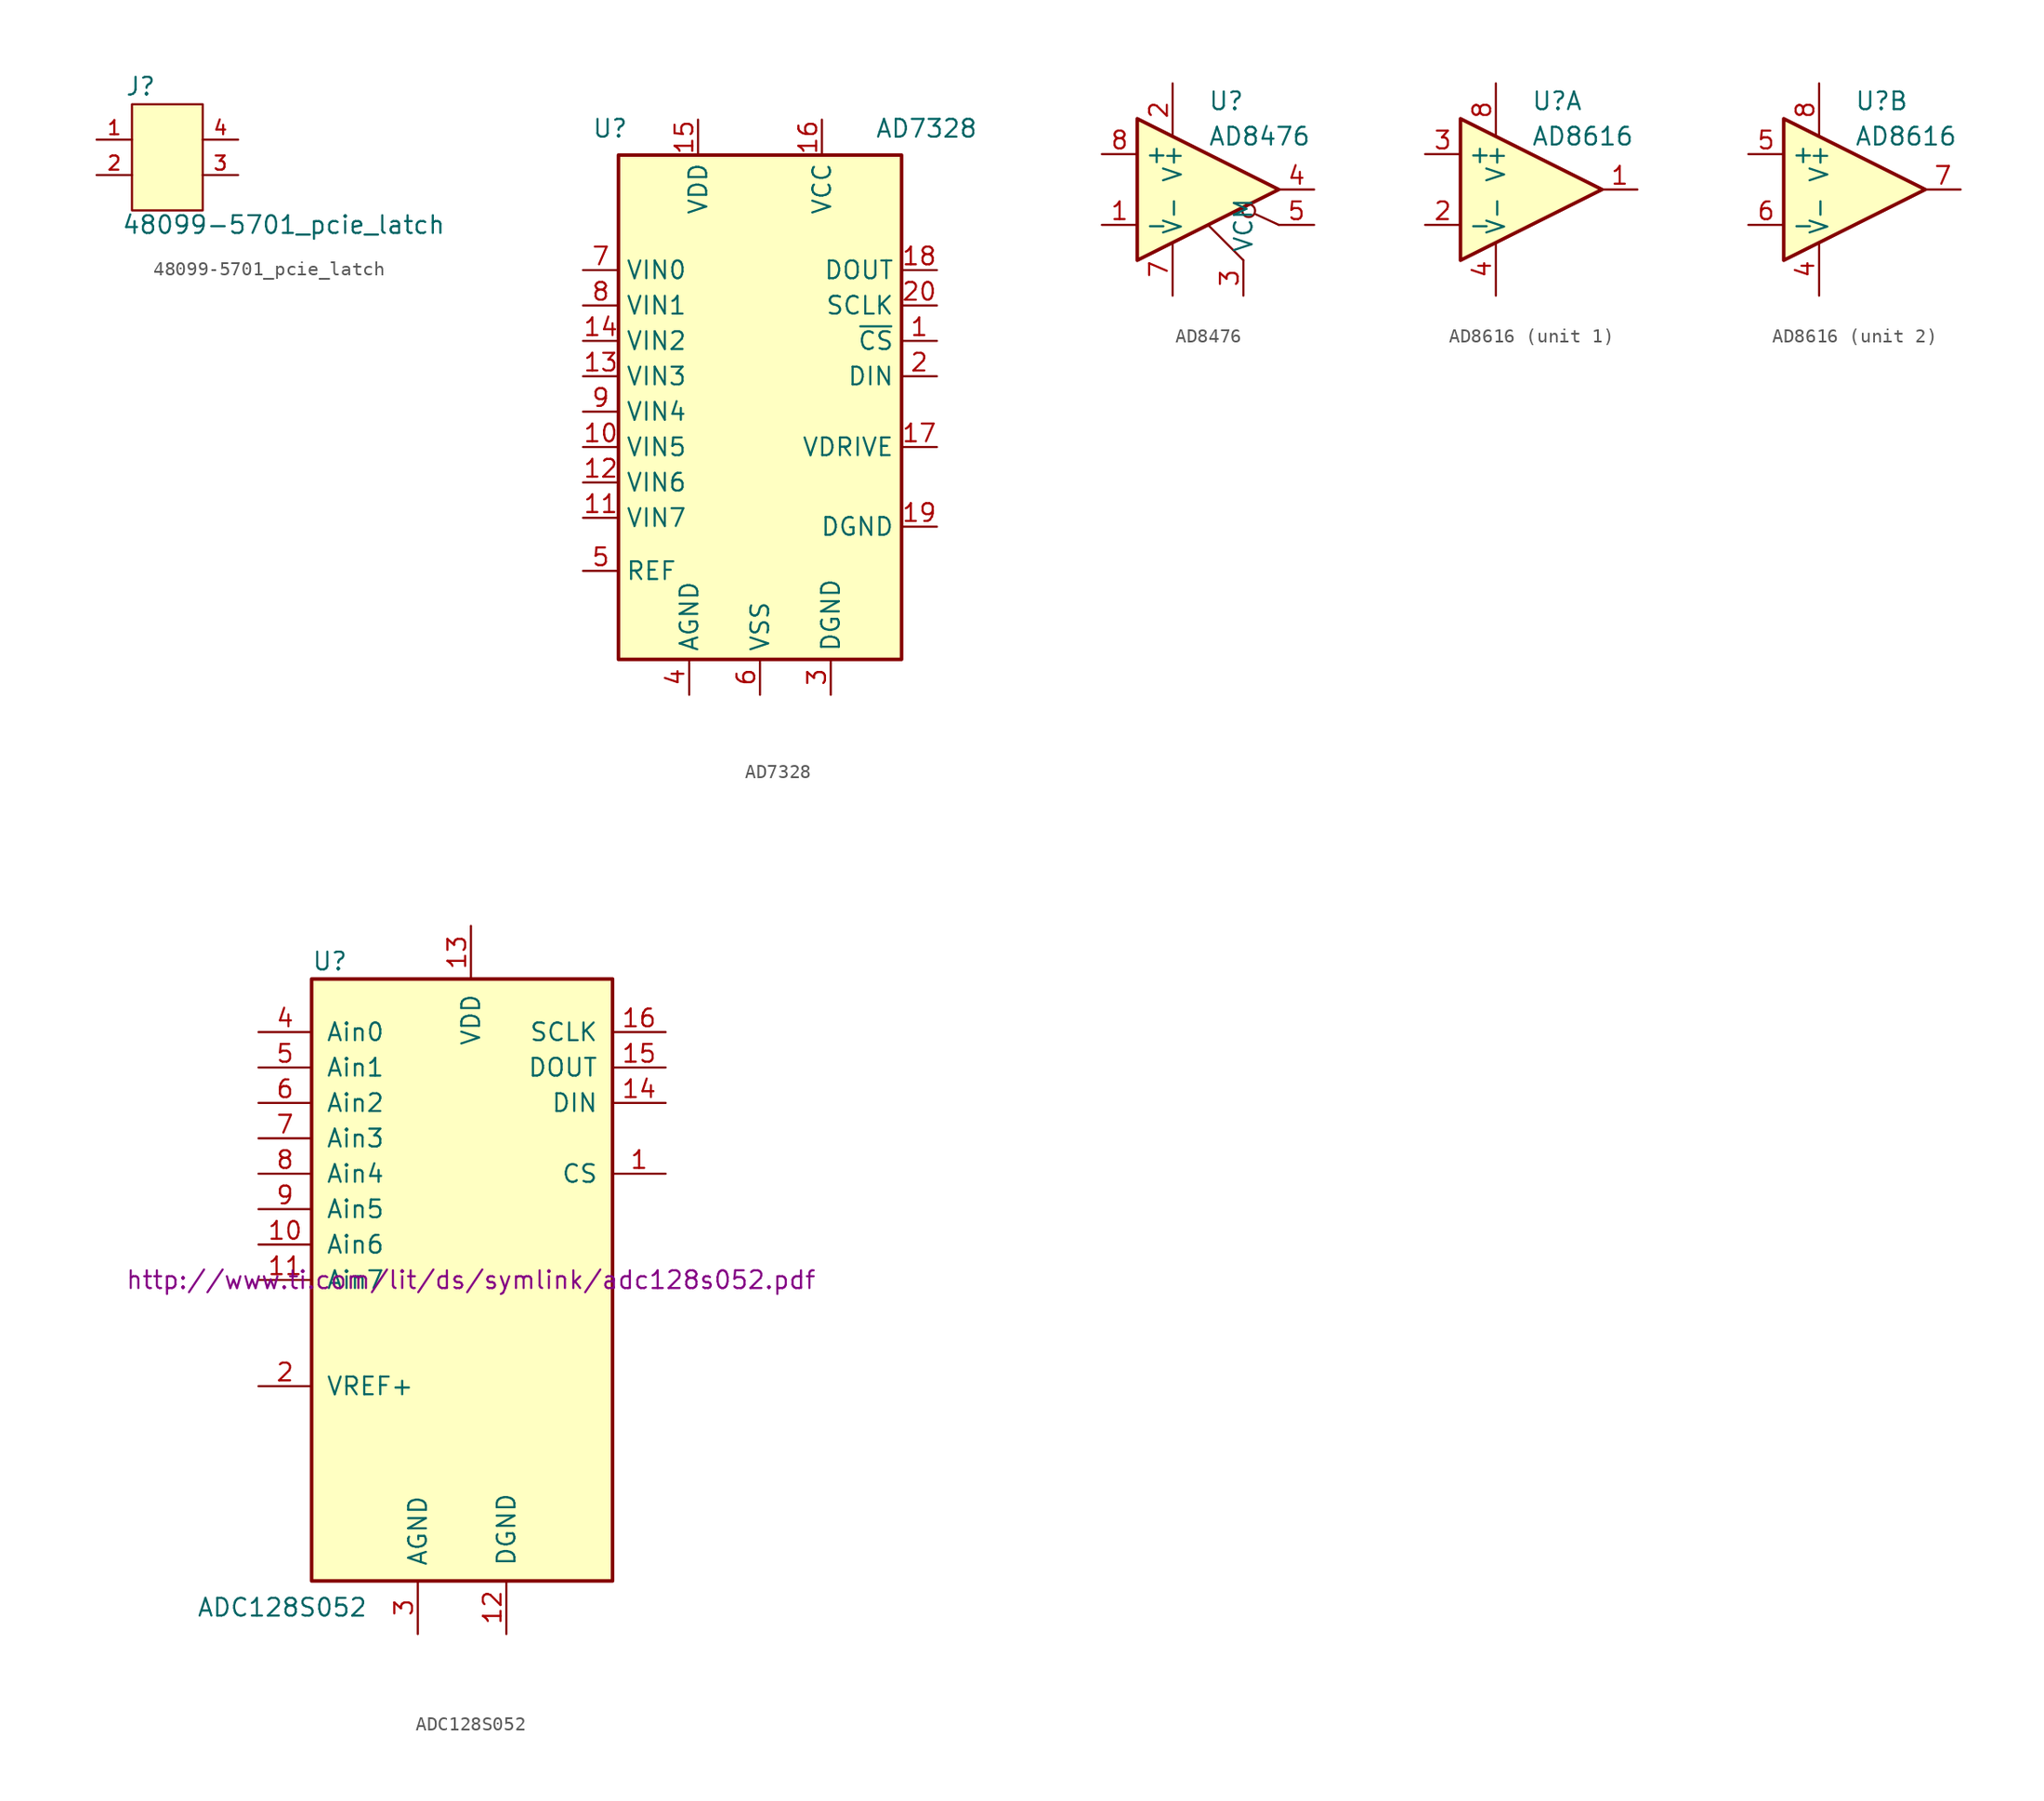
<source format=kicad_sym>
(kicad_symbol_lib
  (version 20211014)
  (generator kicad_symbol_editor)
  (symbol "48099-5701_pcie_latch"
    (pin_names
      (offset 1.016) hide)
    (property "Reference" "J"
      (at -3.048 4.343 0)
      (effects (font (size 1.27 1.27)) (justify left bottom)))
    (property "Value" "48099-5701_pcie_latch"
      (at -3.302 -5.588 0)
      (effects (font (size 1.27 1.27)) (justify left bottom)))
    (property "ki_locked" ""
      (at 0 0 0)
      (effects (font (size 1.27 1.27))))
    (symbol "48099-5701_pcie_latch_0_0"
      (rectangle (start -2.54 -3.81) (end 2.54 3.81) (stroke (width 0.152) (type default) (color 0 0 0 0)) (fill (type background)))
      (pin passive line (at -5.08 1.27 0) (length 2.54) (name "~" (effects (font (size 1.016 1.016)))) (number "1" (effects (font (size 1.016 1.016)))))
      (pin passive line (at -5.08 -1.27 0) (length 2.54) (name "~" (effects (font (size 1.016 1.016)))) (number "2" (effects (font (size 1.016 1.016)))))
      (pin passive line (at 5.08 -1.27 180) (length 2.54) (name "~" (effects (font (size 1.016 1.016)))) (number "3" (effects (font (size 1.016 1.016)))))
      (pin passive line (at 5.08 1.27 180) (length 2.54) (name "~" (effects (font (size 1.016 1.016)))) (number "4" (effects (font (size 1.016 1.016)))))))
  (symbol "AD7328"
    (property "Reference" "U"
      (at -12.065 22.86 0)
      (effects (font (size 1.27 1.27)) (justify left)))
    (property "Value" "AD7328"
      (at 8.255 22.86 0)
      (effects (font (size 1.27 1.27)) (justify left)))
    (symbol "AD7328_0_1"
      (rectangle (start -10.16 20.955) (end 10.16 -15.24) (stroke (width 0.254) (type default) (color 0 0 0 0)) (fill (type background))))
    (symbol "AD7328_1_1"
      (pin input line (at 12.7 7.62 180) (length 2.54) (name "~{CS}" (effects (font (size 1.27 1.27)))) (number "1" (effects (font (size 1.27 1.27)))))
      (pin input line (at -12.7 0 0) (length 2.54) (name "VIN5" (effects (font (size 1.27 1.27)))) (number "10" (effects (font (size 1.27 1.27)))))
      (pin input line (at -12.7 -5.08 0) (length 2.54) (name "VIN7" (effects (font (size 1.27 1.27)))) (number "11" (effects (font (size 1.27 1.27)))))
      (pin input line (at -12.7 -2.54 0) (length 2.54) (name "VIN6" (effects (font (size 1.27 1.27)))) (number "12" (effects (font (size 1.27 1.27)))))
      (pin input line (at -12.7 5.08 0) (length 2.54) (name "VIN3" (effects (font (size 1.27 1.27)))) (number "13" (effects (font (size 1.27 1.27)))))
      (pin input line (at -12.7 7.62 0) (length 2.54) (name "VIN2" (effects (font (size 1.27 1.27)))) (number "14" (effects (font (size 1.27 1.27)))))
      (pin power_in line (at -4.445 23.495 270) (length 2.54) (name "VDD" (effects (font (size 1.27 1.27)))) (number "15" (effects (font (size 1.27 1.27)))))
      (pin power_in line (at 4.445 23.495 270) (length 2.54) (name "VCC" (effects (font (size 1.27 1.27)))) (number "16" (effects (font (size 1.27 1.27)))))
      (pin power_in line (at 12.7 0 180) (length 2.54) (name "VDRIVE" (effects (font (size 1.27 1.27)))) (number "17" (effects (font (size 1.27 1.27)))))
      (pin output line (at 12.7 12.7 180) (length 2.54) (name "DOUT" (effects (font (size 1.27 1.27)))) (number "18" (effects (font (size 1.27 1.27)))))
      (pin power_in line (at 12.7 -5.715 180) (length 2.54) (name "DGND" (effects (font (size 1.27 1.27)))) (number "19" (effects (font (size 1.27 1.27)))))
      (pin input line (at 12.7 5.08 180) (length 2.54) (name "DIN" (effects (font (size 1.27 1.27)))) (number "2" (effects (font (size 1.27 1.27)))))
      (pin input line (at 12.7 10.16 180) (length 2.54) (name "SCLK" (effects (font (size 1.27 1.27)))) (number "20" (effects (font (size 1.27 1.27)))))
      (pin power_in line (at 5.08 -17.78 90) (length 2.54) (name "DGND" (effects (font (size 1.27 1.27)))) (number "3" (effects (font (size 1.27 1.27)))))
      (pin power_in line (at -5.08 -17.78 90) (length 2.54) (name "AGND" (effects (font (size 1.27 1.27)))) (number "4" (effects (font (size 1.27 1.27)))))
      (pin power_in line (at -12.7 -8.89 0) (length 2.54) (name "REF" (effects (font (size 1.27 1.27)))) (number "5" (effects (font (size 1.27 1.27)))))
      (pin power_in line (at 0 -17.78 90) (length 2.54) (name "VSS" (effects (font (size 1.27 1.27)))) (number "6" (effects (font (size 1.27 1.27)))))
      (pin input line (at -12.7 12.7 0) (length 2.54) (name "VIN0" (effects (font (size 1.27 1.27)))) (number "7" (effects (font (size 1.27 1.27)))))
      (pin input line (at -12.7 10.16 0) (length 2.54) (name "VIN1" (effects (font (size 1.27 1.27)))) (number "8" (effects (font (size 1.27 1.27)))))
      (pin input line (at -12.7 2.54 0) (length 2.54) (name "VIN4" (effects (font (size 1.27 1.27)))) (number "9" (effects (font (size 1.27 1.27)))))))
  (symbol "AD8476"
    (property "Reference" "U"
      (at 0 6.35 0)
      (effects (font (size 1.27 1.27)) (justify left)))
    (property "Value" "AD8476"
      (at 0 3.81 0)
      (effects (font (size 1.27 1.27)) (justify left)))
    (symbol "AD8476_0_1"
      (polyline (pts (xy 2.54 -5.08) (xy 0 -2.54)) (stroke (width 0) (type default) (color 0 0 0 0)) (fill (type none)))
      (polyline (pts (xy 5.08 -2.54) (xy 3.429 -1.778)) (stroke (width 0) (type default) (color 0 0 0 0)) (fill (type none)))
      (polyline (pts (xy 5.08 0) (xy -5.08 5.08) (xy -5.08 -5.08) (xy 5.08 0)) (stroke (width 0.254) (type default) (color 0 0 0 0)) (fill (type background)))
      (circle (center 2.921 -1.524) (radius 0.457) (stroke (width 0) (type default) (color 0 0 0 0)) (fill (type none))))
    (symbol "AD8476_1_1"
      (pin input line (at -7.62 -2.54 0) (length 2.54) (name "-" (effects (font (size 1.27 1.27)))) (number "1" (effects (font (size 1.27 1.27)))))
      (pin power_in line (at -2.54 7.62 270) (length 3.81) (name "V+" (effects (font (size 1.27 1.27)))) (number "2" (effects (font (size 1.27 1.27)))))
      (pin passive line (at 2.54 -7.62 90) (length 2.54) (name "VCM" (effects (font (size 1.27 1.27)))) (number "3" (effects (font (size 1.27 1.27)))))
      (pin output line (at 7.62 0 180) (length 2.54) (name "~" (effects (font (size 1.27 1.27)))) (number "4" (effects (font (size 1.27 1.27)))))
      (pin passive line (at 7.62 -2.54 180) (length 2.54) (name "~" (effects (font (size 1.27 1.27)))) (number "5" (effects (font (size 1.27 1.27)))))
      (pin power_in line (at -2.54 -7.62 90) (length 3.81) (name "V-" (effects (font (size 1.27 1.27)))) (number "7" (effects (font (size 1.27 1.27)))))
      (pin input line (at -7.62 2.54 0) (length 2.54) (name "+" (effects (font (size 1.27 1.27)))) (number "8" (effects (font (size 1.27 1.27)))))))
  (symbol "AD8616"
    (property "Reference" "U"
      (at 0 6.35 0)
      (effects (font (size 1.27 1.27)) (justify left)))
    (property "Value" "AD8616"
      (at 0 3.81 0)
      (effects (font (size 1.27 1.27)) (justify left)))
    (property "ki_locked" ""
      (at 0 0 0)
      (effects (font (size 1.27 1.27))))
    (symbol "AD8616_0_1"
      (polyline (pts (xy 5.08 0) (xy -5.08 5.08) (xy -5.08 -5.08) (xy 5.08 0)) (stroke (width 0.254) (type default) (color 0 0 0 0)) (fill (type background))))
    (symbol "AD8616_1_1"
      (pin output line (at 7.62 0 180) (length 2.54) (name "~" (effects (font (size 1.27 1.27)))) (number "1" (effects (font (size 1.27 1.27)))))
      (pin input line (at -7.62 -2.54 0) (length 2.54) (name "-" (effects (font (size 1.27 1.27)))) (number "2" (effects (font (size 1.27 1.27)))))
      (pin input line (at -7.62 2.54 0) (length 2.54) (name "+" (effects (font (size 1.27 1.27)))) (number "3" (effects (font (size 1.27 1.27)))))
      (pin power_in line (at -2.54 -7.62 90) (length 3.81) (name "V-" (effects (font (size 1.27 1.27)))) (number "4" (effects (font (size 1.27 1.27)))))
      (pin power_in line (at -2.54 7.62 270) (length 3.81) (name "V+" (effects (font (size 1.27 1.27)))) (number "8" (effects (font (size 1.27 1.27))))))
    (symbol "AD8616_2_1"
      (pin power_in line (at -2.54 -7.62 90) (length 3.81) (name "V-" (effects (font (size 1.27 1.27)))) (number "4" (effects (font (size 1.27 1.27)))))
      (pin input line (at -7.62 2.54 0) (length 2.54) (name "+" (effects (font (size 1.27 1.27)))) (number "5" (effects (font (size 1.27 1.27)))))
      (pin input line (at -7.62 -2.54 0) (length 2.54) (name "-" (effects (font (size 1.27 1.27)))) (number "6" (effects (font (size 1.27 1.27)))))
      (pin output line (at 7.62 0 180) (length 2.54) (name "~" (effects (font (size 1.27 1.27)))) (number "7" (effects (font (size 1.27 1.27)))))
      (pin power_in line (at -2.54 7.62 270) (length 3.81) (name "V+" (effects (font (size 1.27 1.27)))) (number "8" (effects (font (size 1.27 1.27)))))))
  (symbol "ADC128S052"
    (pin_names
      (offset 1.016))
    (property "Reference" "U"
      (at -11.43 22.86 0)
      (effects (font (size 1.27 1.27)) (justify left)))
    (property "Value" "ADC128S052"
      (at -19.685 -23.495 0)
      (effects (font (size 1.27 1.27)) (justify left)))
    (property "Datasheet" "http://www.ti.com/lit/ds/symlink/adc128s052.pdf"
      (at 0 0 0)
      (effects (font (size 1.27 1.27))))
    (symbol "ADC128S052_0_1"
      (rectangle (start -11.43 21.59) (end 10.16 -21.59) (stroke (width 0.254) (type default) (color 0 0 0 0)) (fill (type background))))
    (symbol "ADC128S052_1_1"
      (pin input line (at 13.97 7.62 180) (length 3.81) (name "CS" (effects (font (size 1.27 1.27)))) (number "1" (effects (font (size 1.27 1.27)))))
      (pin input line (at -15.24 2.54 0) (length 3.81) (name "Ain6" (effects (font (size 1.27 1.27)))) (number "10" (effects (font (size 1.27 1.27)))))
      (pin input line (at -15.24 0 0) (length 3.81) (name "Ain7" (effects (font (size 1.27 1.27)))) (number "11" (effects (font (size 1.27 1.27)))))
      (pin power_in line (at 2.54 -25.4 90) (length 3.81) (name "DGND" (effects (font (size 1.27 1.27)))) (number "12" (effects (font (size 1.27 1.27)))))
      (pin power_in line (at 0 25.4 270) (length 3.81) (name "VDD" (effects (font (size 1.27 1.27)))) (number "13" (effects (font (size 1.27 1.27)))))
      (pin bidirectional line (at 13.97 12.7 180) (length 3.81) (name "DIN" (effects (font (size 1.27 1.27)))) (number "14" (effects (font (size 1.27 1.27)))))
      (pin bidirectional line (at 13.97 15.24 180) (length 3.81) (name "DOUT" (effects (font (size 1.27 1.27)))) (number "15" (effects (font (size 1.27 1.27)))))
      (pin bidirectional line (at 13.97 17.78 180) (length 3.81) (name "SCLK" (effects (font (size 1.27 1.27)))) (number "16" (effects (font (size 1.27 1.27)))))
      (pin input line (at -15.24 -7.62 0) (length 3.81) (name "VREF+" (effects (font (size 1.27 1.27)))) (number "2" (effects (font (size 1.27 1.27)))))
      (pin power_in line (at -3.81 -25.4 90) (length 3.81) (name "AGND" (effects (font (size 1.27 1.27)))) (number "3" (effects (font (size 1.27 1.27)))))
      (pin input line (at -15.24 17.78 0) (length 3.81) (name "Ain0" (effects (font (size 1.27 1.27)))) (number "4" (effects (font (size 1.27 1.27)))))
      (pin input line (at -15.24 15.24 0) (length 3.81) (name "Ain1" (effects (font (size 1.27 1.27)))) (number "5" (effects (font (size 1.27 1.27)))))
      (pin input line (at -15.24 12.7 0) (length 3.81) (name "Ain2" (effects (font (size 1.27 1.27)))) (number "6" (effects (font (size 1.27 1.27)))))
      (pin input line (at -15.24 10.16 0) (length 3.81) (name "Ain3" (effects (font (size 1.27 1.27)))) (number "7" (effects (font (size 1.27 1.27)))))
      (pin input line (at -15.24 7.62 0) (length 3.81) (name "Ain4" (effects (font (size 1.27 1.27)))) (number "8" (effects (font (size 1.27 1.27)))))
      (pin input line (at -15.24 5.08 0) (length 3.81) (name "Ain5" (effects (font (size 1.27 1.27)))) (number "9" (effects (font (size 1.27 1.27))))))))
</source>
